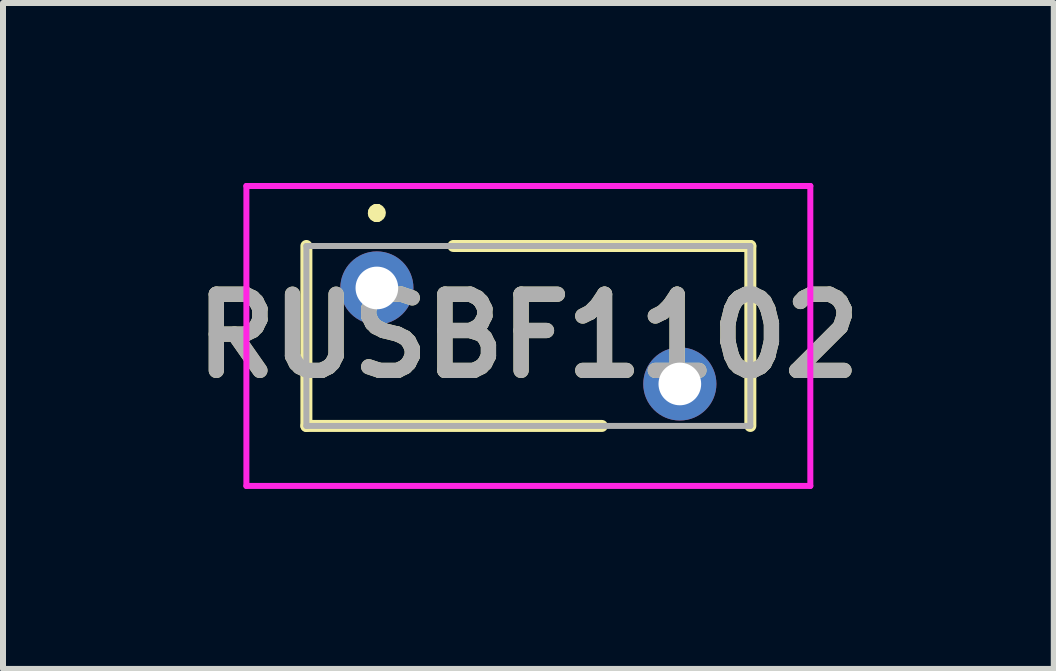
<source format=kicad_pcb>
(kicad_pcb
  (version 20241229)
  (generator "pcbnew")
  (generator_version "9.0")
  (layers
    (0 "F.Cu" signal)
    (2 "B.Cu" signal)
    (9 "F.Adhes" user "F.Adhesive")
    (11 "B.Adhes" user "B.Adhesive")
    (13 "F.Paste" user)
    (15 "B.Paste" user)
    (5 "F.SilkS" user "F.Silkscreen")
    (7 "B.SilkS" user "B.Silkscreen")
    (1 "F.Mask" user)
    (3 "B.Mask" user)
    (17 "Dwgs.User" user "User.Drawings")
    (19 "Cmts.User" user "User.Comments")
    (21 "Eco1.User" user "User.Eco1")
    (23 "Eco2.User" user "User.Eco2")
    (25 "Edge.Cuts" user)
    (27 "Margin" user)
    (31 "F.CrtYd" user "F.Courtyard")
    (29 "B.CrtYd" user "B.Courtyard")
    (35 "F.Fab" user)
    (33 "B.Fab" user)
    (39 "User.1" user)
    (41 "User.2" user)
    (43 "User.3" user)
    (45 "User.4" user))
  (footprint "RUSBF1102"
    (layer "F.Cu")
    (at 3.232 1.75)
    (property "Reference" "RUSBF1102" (at 2.525 0.8 0) (layer "F.SilkS") (effects (font (size 1.27 1.27) (thickness 0.254))))
    (attr through_hole)
    (fp_line (start -1.175 2.3) (end -1.175 -0.7) (stroke (width 0.2) (type solid)) (layer "F.SilkS"))
    (fp_line (start 0 -1.3) (end 0 -1.3) (stroke (width 0.2) (type solid)) (layer "F.SilkS"))
    (fp_line (start 0 -1.3) (end 0 -1.3) (stroke (width 0.2) (type solid)) (layer "F.SilkS"))
    (fp_line (start 0 -1.2) (end 0 -1.2) (stroke (width 0.2) (type solid)) (layer "F.SilkS"))
    (fp_line (start 1.275 -0.7) (end 6.225 -0.7) (stroke (width 0.2) (type solid)) (layer "F.SilkS"))
    (fp_line (start 3.75 2.3) (end -1.175 2.3) (stroke (width 0.2) (type solid)) (layer "F.SilkS"))
    (fp_line (start 6.225 -0.7) (end 6.225 2.3) (stroke (width 0.2) (type solid)) (layer "F.SilkS"))
    (fp_arc (start 0 -1.3) (mid 0.05 -1.25) (end 0 -1.2) (stroke (width 0.2) (type solid)) (layer "F.SilkS"))
    (fp_arc (start 0 -1.2) (mid -0.05 -1.25) (end 0 -1.3) (stroke (width 0.2) (type solid)) (layer "F.SilkS"))
    (fp_arc (start 0 -1.2) (mid -0.05 -1.25) (end 0 -1.3) (stroke (width 0.2) (type solid)) (layer "F.SilkS"))
    (fp_line (start -2.175 -1.7) (end 7.225 -1.7) (stroke (width 0.1) (type solid)) (layer "F.CrtYd"))
    (fp_line (start -2.175 3.3) (end -2.175 -1.7) (stroke (width 0.1) (type solid)) (layer "F.CrtYd"))
    (fp_line (start 7.225 -1.7) (end 7.225 3.3) (stroke (width 0.1) (type solid)) (layer "F.CrtYd"))
    (fp_line (start 7.225 3.3) (end -2.175 3.3) (stroke (width 0.1) (type solid)) (layer "F.CrtYd"))
    (fp_line (start -1.175 -0.7) (end -1.175 2.3) (stroke (width 0.1) (type solid)) (layer "F.Fab"))
    (fp_line (start -1.175 2.3) (end 6.225 2.3) (stroke (width 0.1) (type solid)) (layer "F.Fab"))
    (fp_line (start 6.225 -0.7) (end -1.175 -0.7) (stroke (width 0.1) (type solid)) (layer "F.Fab"))
    (fp_line (start 6.225 2.3) (end 6.225 -0.7) (stroke (width 0.1) (type solid)) (layer "F.Fab"))
    (fp_text user "${REFERENCE}" (at 2.525 0.8 0) (layer "F.Fab") (effects (font (size 1.27 1.27) (thickness 0.254))))
    (pad "1" thru_hole circle (at 0 0) (size 1.219 1.219) (drill 0.711) (layers "*.Cu" "*.Mask"))
    (pad "2" thru_hole circle (at 5.05 1.6) (size 1.219 1.219) (drill 0.711) (layers "*.Cu" "*.Mask")))
  (gr_rect
    (start -3 -3)
    (end 14.515 8.1)
    (stroke (width 0.1) (type default))
    (fill no)
    (layer "Edge.Cuts")))
</source>
